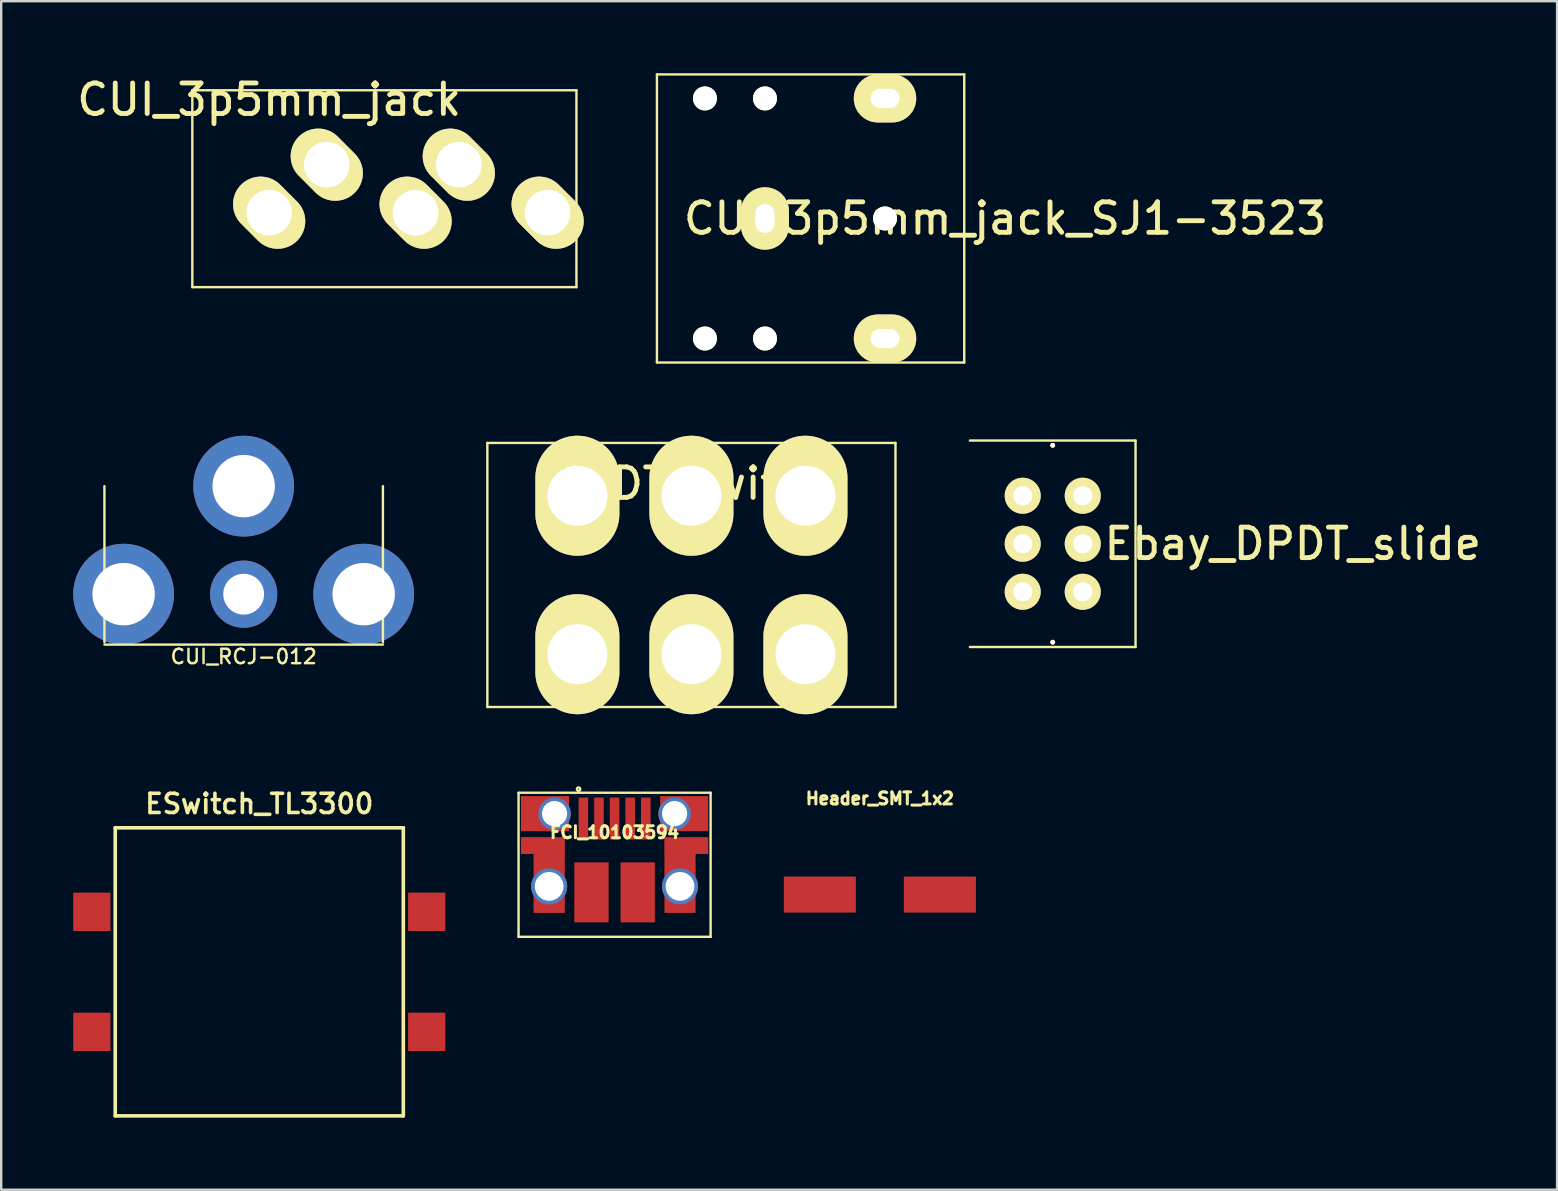
<source format=kicad_pcb>
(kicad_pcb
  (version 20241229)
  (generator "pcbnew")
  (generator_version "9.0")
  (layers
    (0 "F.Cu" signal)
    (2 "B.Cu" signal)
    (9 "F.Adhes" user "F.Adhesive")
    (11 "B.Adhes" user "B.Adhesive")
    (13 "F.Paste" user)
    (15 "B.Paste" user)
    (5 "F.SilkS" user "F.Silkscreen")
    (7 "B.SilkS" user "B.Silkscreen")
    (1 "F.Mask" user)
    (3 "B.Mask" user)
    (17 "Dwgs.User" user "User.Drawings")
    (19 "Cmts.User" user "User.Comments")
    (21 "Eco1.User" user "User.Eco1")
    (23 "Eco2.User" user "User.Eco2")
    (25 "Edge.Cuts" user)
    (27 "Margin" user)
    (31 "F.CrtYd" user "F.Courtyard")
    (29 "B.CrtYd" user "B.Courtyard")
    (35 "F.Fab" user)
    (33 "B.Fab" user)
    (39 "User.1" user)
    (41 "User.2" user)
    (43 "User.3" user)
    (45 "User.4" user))
  (footprint "ESwitch_TL3300"
    (layer "F.Cu")
    (at 7.75 37.431)
    (property "Reference" "ESwitch_TL3300" (at 0 -7 0) (layer "F.SilkS") (effects (font (size 0.8 0.8) (thickness 0.15))))
    (attr smd)
    (fp_line (start -6 -6) (end 6 -6) (stroke (width 0.15) (type solid)) (layer "F.SilkS"))
    (fp_line (start -6 6) (end -6 -6) (stroke (width 0.15) (type solid)) (layer "F.SilkS"))
    (fp_line (start 6 -6) (end 6 6) (stroke (width 0.15) (type solid)) (layer "F.SilkS"))
    (fp_line (start 6 6) (end -6 6) (stroke (width 0.15) (type solid)) (layer "F.SilkS"))
    (pad "1" smd rect (at -6.975 -2.5) (size 1.55 1.6) (layers "F.Cu" "F.Mask" "F.Paste"))
    (pad "2" smd rect (at 6.975 -2.5) (size 1.55 1.6) (layers "F.Cu" "F.Mask" "F.Paste"))
    (pad "3" smd rect (at -6.975 2.5) (size 1.55 1.6) (layers "F.Cu" "F.Mask" "F.Paste"))
    (pad "4" smd rect (at 6.975 2.5) (size 1.55 1.6) (layers "F.Cu" "F.Mask" "F.Paste")))
  (footprint "Ebay_DPDT_slide"
    (layer "F.Cu")
    (at 40.8 19.6)
    (property "Reference" "Ebay_DPDT_slide" (at 10 0 0) (layer "F.SilkS") (effects (font (size 1.27 1.27) (thickness 0.203))))
    (attr through_hole)
    (fp_line (start -3.45 -4.3) (end 3.45 -4.3) (stroke (width 0.1) (type solid)) (layer "F.SilkS"))
    (fp_line (start 3.45 -4.3) (end 3.45 4.3) (stroke (width 0.1) (type solid)) (layer "F.SilkS"))
    (fp_line (start 3.45 4.3) (end -3.45 4.3) (stroke (width 0.1) (type solid)) (layer "F.SilkS"))
    (pad "" np_thru_hole oval (at 0 -4.1) (size 0.2 0.2) (drill oval 1.3 0.8) (layers "*.Cu" "*.Mask" "F.SilkS"))
    (pad "" np_thru_hole oval (at 0 4.1) (size 0.2 0.2) (drill oval 1.3 0.8) (layers "*.Cu" "*.Mask" "F.SilkS"))
    (pad "1" thru_hole circle (at -1.25 -2) (size 1.5 1.5) (drill 0.8) (layers "*.Cu" "*.Mask" "F.SilkS"))
    (pad "2" thru_hole circle (at -1.25 0) (size 1.5 1.5) (drill 0.8) (layers "*.Cu" "*.Mask" "F.SilkS"))
    (pad "3" thru_hole circle (at -1.25 2) (size 1.5 1.5) (drill 0.8) (layers "*.Cu" "*.Mask" "F.SilkS"))
    (pad "4" thru_hole circle (at 1.25 -2) (size 1.5 1.5) (drill 0.8) (layers "*.Cu" "*.Mask" "F.SilkS"))
    (pad "5" thru_hole circle (at 1.25 0) (size 1.5 1.5) (drill 0.8) (layers "*.Cu" "*.Mask" "F.SilkS"))
    (pad "6" thru_hole circle (at 1.25 2) (size 1.5 1.5) (drill 0.8) (layers "*.Cu" "*.Mask" "F.SilkS")))
  (footprint "Header_SMT_1x2"
    (layer "F.Cu")
    (at 33.6 34.212)
    (property "Reference" "Header_SMT_1x2" (at 0 -4 0) (layer "F.SilkS") (effects (font (size 0.5 0.5) (thickness 0.15))))
    (attr smd)
    (pad "1" smd rect (at -2.5 0) (size 3 1.5) (layers "F.Cu" "F.Mask" "F.Paste"))
    (pad "2" smd rect (at 2.5 0) (size 3 1.5) (layers "F.Cu" "F.Mask" "F.Paste")))
  (footprint "CUI_3p5mm_jack"
    (layer "F.Cu")
    (at 8.161 4.91)
    (property "Reference" "CUI_3p5mm_jack" (at 0 -3.81 0) (layer "F.SilkS") (effects (font (size 1.27 1.27) (thickness 0.203))))
    (attr through_hole)
    (fp_line (start -3.2 -4.2) (end -3.2 4) (stroke (width 0.1) (type solid)) (layer "F.SilkS"))
    (fp_line (start -3.2 4) (end 12.8 4) (stroke (width 0.1) (type solid)) (layer "F.SilkS"))
    (fp_line (start 12.8 -4.2) (end -3.2 -4.2) (stroke (width 0.1) (type solid)) (layer "F.SilkS"))
    (fp_line (start 12.8 4) (end 12.8 -4.2) (stroke (width 0.1) (type solid)) (layer "F.SilkS"))
    (pad "1" thru_hole oval (at 0 0.9 45) (size 2.3 3.3) (drill 1.9) (layers "*.Cu" "*.Mask" "F.SilkS"))
    (pad "2" thru_hole oval (at 2.4 -1.1 45) (size 2.3 3.3) (drill 1.9) (layers "*.Cu" "*.Mask" "F.SilkS"))
    (pad "3" thru_hole oval (at 7.9 -1.1 45) (size 2.3 3.3) (drill 1.9) (layers "*.Cu" "*.Mask" "F.SilkS"))
    (pad "4" thru_hole oval (at 11.6 0.9 45) (size 2.3 3.3) (drill 1.9) (layers "*.Cu" "*.Mask" "F.SilkS"))
    (pad "5" thru_hole oval (at 6.1 0.9 45) (size 2.3 3.3) (drill 1.9) (layers "*.Cu" "*.Mask" "F.SilkS")))
  (footprint "FCI_10103594"
    (layer "F.Cu")
    (at 22.55 33.871)
    (property "Reference" "FCI_10103594" (at 0 -2.25 0) (layer "F.SilkS") (effects (font (size 0.5 0.5) (thickness 0.125))))
    (attr smd)
    (fp_line (start -4 -3.9) (end -4 2.1) (stroke (width 0.1) (type solid)) (layer "F.SilkS"))
    (fp_line (start -4 2.1) (end 4 2.1) (stroke (width 0.1) (type solid)) (layer "F.SilkS"))
    (fp_line (start 4 -3.9) (end -4 -3.9) (stroke (width 0.1) (type solid)) (layer "F.SilkS"))
    (fp_line (start 4 2.1) (end 4 -3.9) (stroke (width 0.1) (type solid)) (layer "F.SilkS"))
    (fp_circle (center -1.5 -4.05) (end -1.55 -4.1) (stroke (width 0.1) (type solid)) (fill no) (layer "F.SilkS"))
    (pad "1" smd rect (at -1.3 -2.825) (size 0.4 1.75) (layers "F.Cu" "F.Mask" "F.Paste"))
    (pad "2" smd rect (at -0.65 -2.825) (size 0.4 1.75) (layers "F.Cu" "F.Mask" "F.Paste"))
    (pad "3" smd rect (at 0 -2.825) (size 0.4 1.75) (layers "F.Cu" "F.Mask" "F.Paste"))
    (pad "4" smd rect (at 0.65 -2.825) (size 0.4 1.75) (layers "F.Cu" "F.Mask" "F.Paste"))
    (pad "5" smd rect (at -2.988 -1.7) (size 1.83 0.7) (layers "F.Cu" "F.Mask" "F.Paste"))
    (pad "5" smd rect (at -2.9 -3.03) (size 2 1.46) (layers "F.Cu" "F.Mask" "F.Paste"))
    (pad "5" smd rect (at -2.725 -0.125) (size 1.3 2.46) (layers "F.Cu" "F.Mask" "F.Paste"))
    (pad "5" thru_hole circle (at -2.725 0) (size 1.5 1.5) (drill 1.2) (layers "*.Cu" "F.Mask"))
    (pad "5" thru_hole circle (at -2.5 -3.03) (size 1.35 1.35) (drill 1.05) (layers "*.Cu" "F.Mask"))
    (pad "5" smd rect (at -0.963 0.25) (size 1.43 2.5) (layers "F.Cu" "F.Mask" "F.Paste"))
    (pad "5" smd rect (at 0.963 0.25) (size 1.43 2.5) (layers "F.Cu" "F.Mask" "F.Paste"))
    (pad "5" smd rect (at 1.3 -2.825) (size 0.4 1.75) (layers "F.Cu" "F.Mask" "F.Paste"))
    (pad "5" thru_hole circle (at 2.5 -3.03) (size 1.35 1.35) (drill 1.05) (layers "*.Cu" "F.Mask"))
    (pad "5" smd rect (at 2.725 -0.125) (size 1.3 2.46) (layers "F.Cu" "F.Mask" "F.Paste"))
    (pad "5" thru_hole circle (at 2.725 0) (size 1.5 1.5) (drill 1.2) (layers "*.Cu" "F.Mask"))
    (pad "5" smd rect (at 2.9 -3.03) (size 2 1.46) (layers "F.Cu" "F.Mask" "F.Paste"))
    (pad "5" smd rect (at 2.988 -1.7) (size 1.83 0.7) (layers "F.Cu" "F.Mask" "F.Paste")))
  (footprint "CUI_3p5mm_jack_SJ1-3523"
    (layer "F.Cu")
    (at 28.814 6.05)
    (property "Reference" "CUI_3p5mm_jack_SJ1-3523" (at 10 0 0) (layer "F.SilkS") (effects (font (size 1.27 1.27) (thickness 0.203))))
    (attr through_hole)
    (fp_line (start -4.5 -6) (end -4.5 6) (stroke (width 0.1) (type solid)) (layer "F.SilkS"))
    (fp_line (start -4.5 6) (end 8.3 6) (stroke (width 0.1) (type solid)) (layer "F.SilkS"))
    (fp_line (start 8.3 -6) (end -4.5 -6) (stroke (width 0.1) (type solid)) (layer "F.SilkS"))
    (fp_line (start 8.3 6) (end 8.3 -6) (stroke (width 0.1) (type solid)) (layer "F.SilkS"))
    (pad "" np_thru_hole circle (at -2.5 -5) (size 1 1) (drill 1.2) (layers "*.Cu" "*.Mask" "F.SilkS"))
    (pad "" np_thru_hole circle (at -2.5 5) (size 1 1) (drill 1.2) (layers "*.Cu" "*.Mask" "F.SilkS"))
    (pad "" np_thru_hole circle (at 0 -5) (size 1 1) (drill 1.2) (layers "*.Cu" "*.Mask" "F.SilkS"))
    (pad "" np_thru_hole circle (at 0 5) (size 1 1) (drill 1.2) (layers "*.Cu" "*.Mask" "F.SilkS"))
    (pad "" np_thru_hole circle (at 5 0) (size 1 1) (drill 1.2) (layers "*.Cu" "*.Mask" "F.SilkS"))
    (pad "1" thru_hole oval (at 5 5) (size 2.6 2) (drill oval 1.2 0.8) (layers "*.Cu" "*.Mask" "F.SilkS"))
    (pad "2" thru_hole oval (at 5 -5) (size 2.6 2) (drill oval 1.2 0.8) (layers "*.Cu" "*.Mask" "F.SilkS"))
    (pad "3" thru_hole oval (at 0 0) (size 2 2.6) (drill oval 0.8 1.2) (layers "*.Cu" "*.Mask" "F.SilkS")))
  (footprint "DPDT_switch"
    (layer "F.Cu")
    (at 25.75 20.9)
    (property "Reference" "DPDT_switch" (at 0 -3.81 0) (layer "F.SilkS") (effects (font (size 1.27 1.27) (thickness 0.203))))
    (attr through_hole)
    (fp_line (start -8.5 -5.5) (end 8.5 -5.5) (stroke (width 0.1) (type solid)) (layer "F.SilkS"))
    (fp_line (start -8.5 5.5) (end -8.5 -5.5) (stroke (width 0.1) (type solid)) (layer "F.SilkS"))
    (fp_line (start 8.5 -5.5) (end 8.5 5.5) (stroke (width 0.1) (type solid)) (layer "F.SilkS"))
    (fp_line (start 8.5 5.5) (end -8.5 5.5) (stroke (width 0.1) (type solid)) (layer "F.SilkS"))
    (pad "1" thru_hole oval (at -4.75 3.3) (size 3.5 5) (drill 2.5) (layers "*.Cu" "*.Mask" "F.SilkS"))
    (pad "2" thru_hole oval (at 0 3.3) (size 3.5 5) (drill 2.5) (layers "*.Cu" "*.Mask" "F.SilkS"))
    (pad "3" thru_hole oval (at 4.75 3.3) (size 3.5 5) (drill 2.5) (layers "*.Cu" "*.Mask" "F.SilkS"))
    (pad "4" thru_hole oval (at 4.75 -3.3) (size 3.5 5) (drill 2.5) (layers "*.Cu" "*.Mask" "F.SilkS"))
    (pad "5" thru_hole oval (at 0 -3.3) (size 3.5 5) (drill 2.5) (layers "*.Cu" "*.Mask" "F.SilkS"))
    (pad "6" thru_hole oval (at -4.75 -3.3) (size 3.5 5) (drill 2.5) (layers "*.Cu" "*.Mask" "F.SilkS")))
  (footprint "CUI_RCJ-012"
    (layer "F.Cu")
    (at 7.1 21.7)
    (property "Reference" "CUI_RCJ-012" (at 0 2.6 0) (layer "F.SilkS") (effects (font (size 0.6 0.6) (thickness 0.1))))
    (attr smd)
    (fp_line (start -5.8 -4.5) (end -5.8 2) (stroke (width 0.1) (type solid)) (layer "F.SilkS"))
    (fp_line (start -5.8 2.1) (end 5.8 2.1) (stroke (width 0.1) (type solid)) (layer "F.SilkS"))
    (fp_line (start 5.8 -4.5) (end 5.8 2) (stroke (width 0.1) (type solid)) (layer "F.SilkS"))
    (pad "1" thru_hole circle (at 0 0) (size 2.8 2.8) (drill 1.7) (layers "*.Cu" "F.Mask"))
    (pad "2" thru_hole circle (at -5 0) (size 4.2 4.2) (drill 2.6) (layers "*.Cu" "F.Mask"))
    (pad "2" thru_hole circle (at 0 -4.5) (size 4.2 4.2) (drill 2.6) (layers "*.Cu" "F.Mask"))
    (pad "2" thru_hole circle (at 5 0) (size 4.2 4.2) (drill 2.6) (layers "*.Cu" "F.Mask")))
  (gr_rect
    (start -3 -3)
    (end 61.809 46.506)
    (stroke (width 0.1) (type default))
    (fill no)
    (layer "Edge.Cuts")))
</source>
